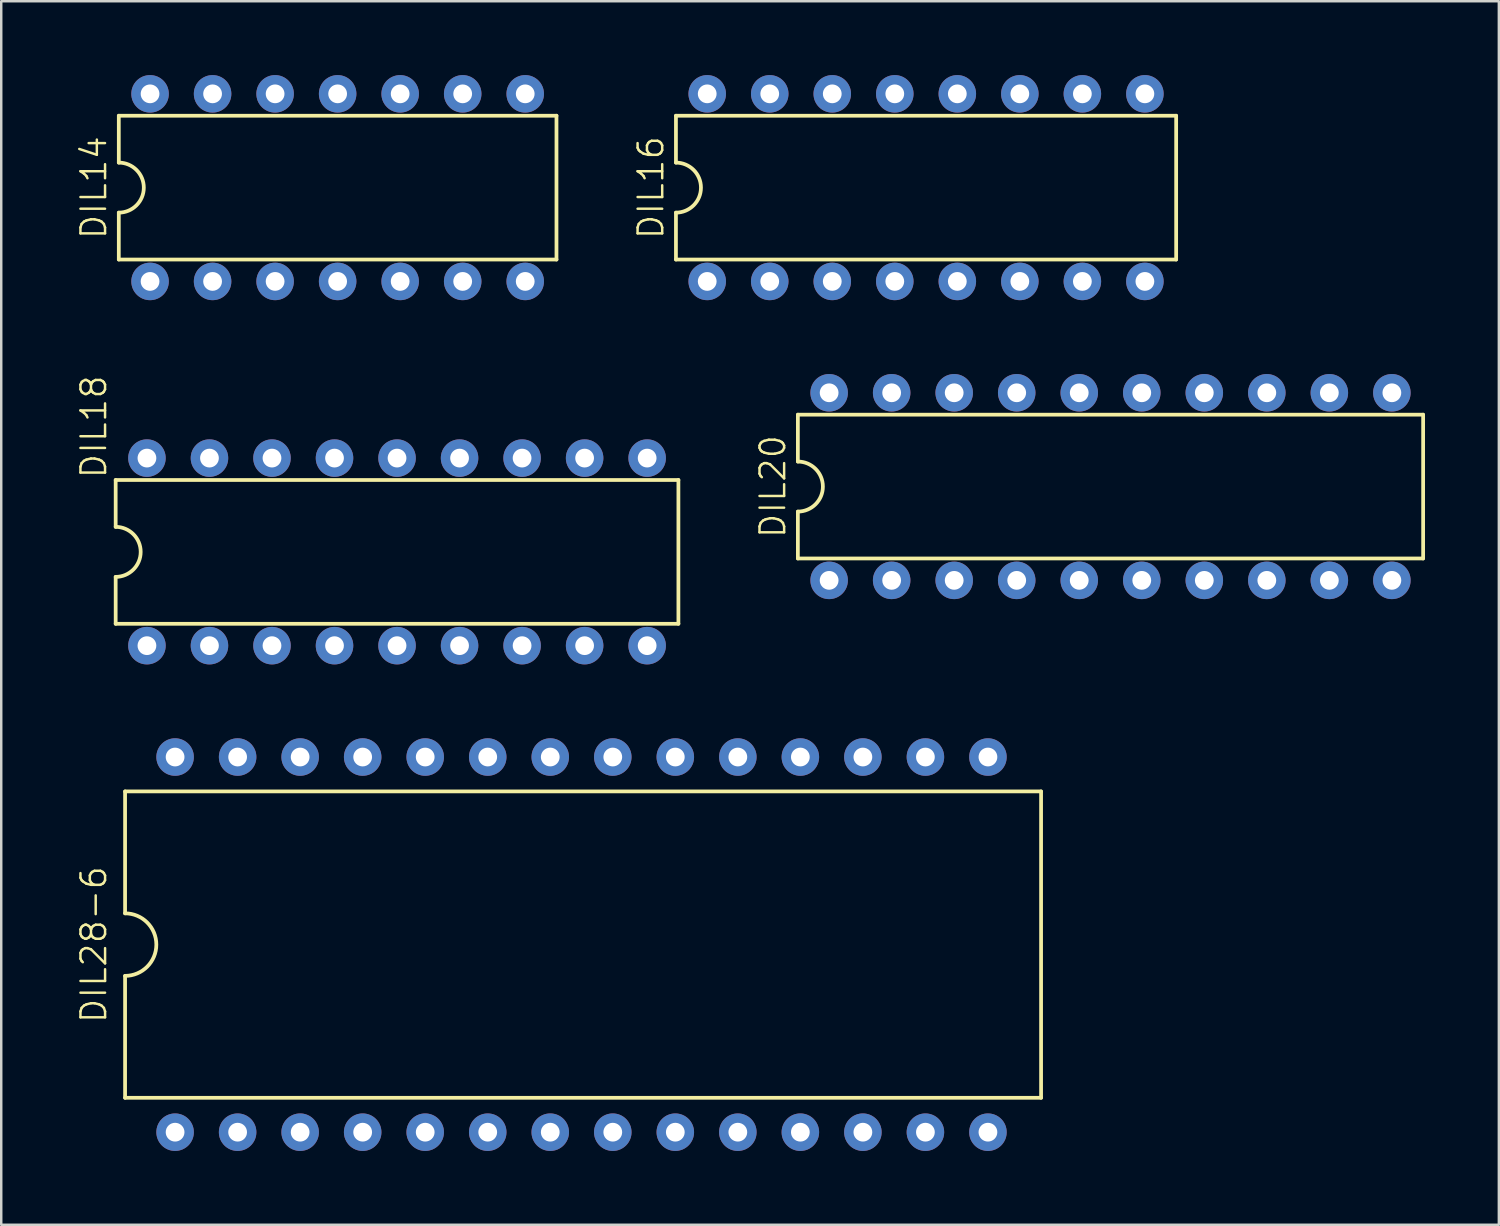
<source format=kicad_pcb>
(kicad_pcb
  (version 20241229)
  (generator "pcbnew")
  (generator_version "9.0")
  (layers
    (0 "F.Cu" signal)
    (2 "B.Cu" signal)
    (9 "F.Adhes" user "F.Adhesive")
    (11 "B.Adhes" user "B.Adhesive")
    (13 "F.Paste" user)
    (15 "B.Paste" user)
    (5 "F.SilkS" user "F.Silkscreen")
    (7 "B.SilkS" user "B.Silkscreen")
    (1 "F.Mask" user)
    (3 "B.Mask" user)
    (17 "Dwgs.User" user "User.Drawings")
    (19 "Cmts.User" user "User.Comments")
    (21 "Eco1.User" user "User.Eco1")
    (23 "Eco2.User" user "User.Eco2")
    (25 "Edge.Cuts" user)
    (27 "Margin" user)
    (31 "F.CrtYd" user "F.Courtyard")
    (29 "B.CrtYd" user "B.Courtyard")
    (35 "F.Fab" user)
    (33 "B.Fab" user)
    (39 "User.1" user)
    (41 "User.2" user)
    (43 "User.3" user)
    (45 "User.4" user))
  (footprint "DIL14"
    (layer "F.Cu")
    (at 10.666 4.572)
    (property "Reference" "DIL14" (at -9.906 0 90) (layer "F.SilkS") (effects (font (size 1 1) (thickness 0.1))))
    (attr exclude_from_pos_files exclude_from_bom)
    (fp_line (start -8.89 -2.921) (end -8.89 -1.016) (stroke (width 0.152) (type solid)) (layer "F.SilkS"))
    (fp_line (start -8.89 2.921) (end -8.89 1.016) (stroke (width 0.152) (type solid)) (layer "F.SilkS"))
    (fp_line (start -8.89 2.921) (end 8.89 2.921) (stroke (width 0.152) (type solid)) (layer "F.SilkS"))
    (fp_line (start 8.89 -2.921) (end -8.89 -2.921) (stroke (width 0.152) (type solid)) (layer "F.SilkS"))
    (fp_line (start 8.89 -2.921) (end 8.89 2.921) (stroke (width 0.152) (type solid)) (layer "F.SilkS"))
    (fp_arc (start -8.89 -1.016) (mid -7.874 0) (end -8.89 1.016) (stroke (width 0.1524) (type solid)) (layer "F.SilkS"))
    (pad "1" thru_hole circle (at -7.62 3.81) (size 1.524 1.524) (drill 0.762) (layers "*.Cu" "*.Paste" "*.Mask"))
    (pad "2" thru_hole circle (at -5.08 3.81) (size 1.524 1.524) (drill 0.762) (layers "*.Cu" "*.Paste" "*.Mask"))
    (pad "3" thru_hole circle (at -2.54 3.81) (size 1.524 1.524) (drill 0.762) (layers "*.Cu" "*.Paste" "*.Mask"))
    (pad "4" thru_hole circle (at 0 3.81) (size 1.524 1.524) (drill 0.762) (layers "*.Cu" "*.Paste" "*.Mask"))
    (pad "5" thru_hole circle (at 2.54 3.81) (size 1.524 1.524) (drill 0.762) (layers "*.Cu" "*.Paste" "*.Mask"))
    (pad "6" thru_hole circle (at 5.08 3.81) (size 1.524 1.524) (drill 0.762) (layers "*.Cu" "*.Paste" "*.Mask"))
    (pad "7" thru_hole circle (at 7.62 3.81) (size 1.524 1.524) (drill 0.762) (layers "*.Cu" "*.Paste" "*.Mask"))
    (pad "8" thru_hole circle (at 7.62 -3.81) (size 1.524 1.524) (drill 0.762) (layers "*.Cu" "*.Paste" "*.Mask"))
    (pad "9" thru_hole circle (at 5.08 -3.81) (size 1.524 1.524) (drill 0.762) (layers "*.Cu" "*.Paste" "*.Mask"))
    (pad "10" thru_hole circle (at 2.54 -3.81) (size 1.524 1.524) (drill 0.762) (layers "*.Cu" "*.Paste" "*.Mask"))
    (pad "11" thru_hole circle (at 0 -3.81) (size 1.524 1.524) (drill 0.762) (layers "*.Cu" "*.Paste" "*.Mask"))
    (pad "12" thru_hole circle (at -2.54 -3.81) (size 1.524 1.524) (drill 0.762) (layers "*.Cu" "*.Paste" "*.Mask"))
    (pad "13" thru_hole circle (at -5.08 -3.81) (size 1.524 1.524) (drill 0.762) (layers "*.Cu" "*.Paste" "*.Mask"))
    (pad "14" thru_hole circle (at -7.62 -3.81) (size 1.524 1.524) (drill 0.762) (layers "*.Cu" "*.Paste" "*.Mask")))
  (footprint "DIL16"
    (layer "F.Cu")
    (at 34.569 4.572)
    (property "Reference" "DIL16" (at -11.176 0 90) (layer "F.SilkS") (effects (font (size 1 1) (thickness 0.1))))
    (attr exclude_from_pos_files exclude_from_bom)
    (fp_line (start -10.16 -2.921) (end -10.16 -1.016) (stroke (width 0.152) (type solid)) (layer "F.SilkS"))
    (fp_line (start -10.16 2.921) (end -10.16 1.016) (stroke (width 0.152) (type solid)) (layer "F.SilkS"))
    (fp_line (start -10.16 2.921) (end 10.16 2.921) (stroke (width 0.152) (type solid)) (layer "F.SilkS"))
    (fp_line (start 10.16 -2.921) (end -10.16 -2.921) (stroke (width 0.152) (type solid)) (layer "F.SilkS"))
    (fp_line (start 10.16 -2.921) (end 10.16 2.921) (stroke (width 0.152) (type solid)) (layer "F.SilkS"))
    (fp_arc (start -10.16 -1.016) (mid -9.144 0) (end -10.16 1.016) (stroke (width 0.1524) (type solid)) (layer "F.SilkS"))
    (pad "1" thru_hole circle (at -8.89 3.81) (size 1.524 1.524) (drill 0.762) (layers "*.Cu" "*.Paste" "*.Mask"))
    (pad "2" thru_hole circle (at -6.35 3.81) (size 1.524 1.524) (drill 0.762) (layers "*.Cu" "*.Paste" "*.Mask"))
    (pad "3" thru_hole circle (at -3.81 3.81) (size 1.524 1.524) (drill 0.762) (layers "*.Cu" "*.Paste" "*.Mask"))
    (pad "4" thru_hole circle (at -1.27 3.81) (size 1.524 1.524) (drill 0.762) (layers "*.Cu" "*.Paste" "*.Mask"))
    (pad "5" thru_hole circle (at 1.27 3.81) (size 1.524 1.524) (drill 0.762) (layers "*.Cu" "*.Paste" "*.Mask"))
    (pad "6" thru_hole circle (at 3.81 3.81) (size 1.524 1.524) (drill 0.762) (layers "*.Cu" "*.Paste" "*.Mask"))
    (pad "7" thru_hole circle (at 6.35 3.81) (size 1.524 1.524) (drill 0.762) (layers "*.Cu" "*.Paste" "*.Mask"))
    (pad "8" thru_hole circle (at 8.89 3.81) (size 1.524 1.524) (drill 0.762) (layers "*.Cu" "*.Paste" "*.Mask"))
    (pad "9" thru_hole circle (at 8.89 -3.81) (size 1.524 1.524) (drill 0.762) (layers "*.Cu" "*.Paste" "*.Mask"))
    (pad "10" thru_hole circle (at 6.35 -3.81) (size 1.524 1.524) (drill 0.762) (layers "*.Cu" "*.Paste" "*.Mask"))
    (pad "11" thru_hole circle (at 3.81 -3.81) (size 1.524 1.524) (drill 0.762) (layers "*.Cu" "*.Paste" "*.Mask"))
    (pad "12" thru_hole circle (at 1.27 -3.81) (size 1.524 1.524) (drill 0.762) (layers "*.Cu" "*.Paste" "*.Mask"))
    (pad "13" thru_hole circle (at -1.27 -3.81) (size 1.524 1.524) (drill 0.762) (layers "*.Cu" "*.Paste" "*.Mask"))
    (pad "14" thru_hole circle (at -3.81 -3.81) (size 1.524 1.524) (drill 0.762) (layers "*.Cu" "*.Paste" "*.Mask"))
    (pad "15" thru_hole circle (at -6.35 -3.81) (size 1.524 1.524) (drill 0.762) (layers "*.Cu" "*.Paste" "*.Mask"))
    (pad "16" thru_hole circle (at -8.89 -3.81) (size 1.524 1.524) (drill 0.762) (layers "*.Cu" "*.Paste" "*.Mask")))
  (footprint "DIL28-6"
    (layer "F.Cu")
    (at 20.573 35.323)
    (property "Reference" "DIL28-6" (at -19.812 0 90) (layer "F.SilkS") (effects (font (size 1 1) (thickness 0.1))))
    (attr exclude_from_pos_files exclude_from_bom)
    (fp_line (start -18.542 -6.223) (end -18.542 -1.27) (stroke (width 0.152) (type solid)) (layer "F.SilkS"))
    (fp_line (start -18.542 -6.223) (end 18.669 -6.223) (stroke (width 0.152) (type solid)) (layer "F.SilkS"))
    (fp_line (start -18.542 1.27) (end -18.542 6.223) (stroke (width 0.152) (type solid)) (layer "F.SilkS"))
    (fp_line (start 18.669 6.223) (end -18.542 6.223) (stroke (width 0.152) (type solid)) (layer "F.SilkS"))
    (fp_line (start 18.669 6.223) (end 18.669 -6.223) (stroke (width 0.152) (type solid)) (layer "F.SilkS"))
    (fp_arc (start -18.542 -1.27) (mid -17.272 0) (end -18.542 1.27) (stroke (width 0.1524) (type solid)) (layer "F.SilkS"))
    (pad "1" thru_hole circle (at -16.51 7.62) (size 1.524 1.524) (drill 0.762) (layers "*.Cu" "*.Paste" "*.Mask"))
    (pad "2" thru_hole circle (at -13.97 7.62) (size 1.524 1.524) (drill 0.762) (layers "*.Cu" "*.Paste" "*.Mask"))
    (pad "3" thru_hole circle (at -11.43 7.62) (size 1.524 1.524) (drill 0.762) (layers "*.Cu" "*.Paste" "*.Mask"))
    (pad "4" thru_hole circle (at -8.89 7.62) (size 1.524 1.524) (drill 0.762) (layers "*.Cu" "*.Paste" "*.Mask"))
    (pad "5" thru_hole circle (at -6.35 7.62) (size 1.524 1.524) (drill 0.762) (layers "*.Cu" "*.Paste" "*.Mask"))
    (pad "6" thru_hole circle (at -3.81 7.62) (size 1.524 1.524) (drill 0.762) (layers "*.Cu" "*.Paste" "*.Mask"))
    (pad "7" thru_hole circle (at -1.27 7.62) (size 1.524 1.524) (drill 0.762) (layers "*.Cu" "*.Paste" "*.Mask"))
    (pad "8" thru_hole circle (at 1.27 7.62) (size 1.524 1.524) (drill 0.762) (layers "*.Cu" "*.Paste" "*.Mask"))
    (pad "9" thru_hole circle (at 3.81 7.62) (size 1.524 1.524) (drill 0.762) (layers "*.Cu" "*.Paste" "*.Mask"))
    (pad "10" thru_hole circle (at 6.35 7.62) (size 1.524 1.524) (drill 0.762) (layers "*.Cu" "*.Paste" "*.Mask"))
    (pad "11" thru_hole circle (at 8.89 7.62) (size 1.524 1.524) (drill 0.762) (layers "*.Cu" "*.Paste" "*.Mask"))
    (pad "12" thru_hole circle (at 11.43 7.62) (size 1.524 1.524) (drill 0.762) (layers "*.Cu" "*.Paste" "*.Mask"))
    (pad "13" thru_hole circle (at 13.97 7.62) (size 1.524 1.524) (drill 0.762) (layers "*.Cu" "*.Paste" "*.Mask"))
    (pad "14" thru_hole circle (at 16.51 7.62) (size 1.524 1.524) (drill 0.762) (layers "*.Cu" "*.Paste" "*.Mask"))
    (pad "15" thru_hole circle (at 16.51 -7.62) (size 1.524 1.524) (drill 0.762) (layers "*.Cu" "*.Paste" "*.Mask"))
    (pad "16" thru_hole circle (at 13.97 -7.62) (size 1.524 1.524) (drill 0.762) (layers "*.Cu" "*.Paste" "*.Mask"))
    (pad "17" thru_hole circle (at 11.43 -7.62) (size 1.524 1.524) (drill 0.762) (layers "*.Cu" "*.Paste" "*.Mask"))
    (pad "18" thru_hole circle (at 8.89 -7.62) (size 1.524 1.524) (drill 0.762) (layers "*.Cu" "*.Paste" "*.Mask"))
    (pad "19" thru_hole circle (at 6.35 -7.62) (size 1.524 1.524) (drill 0.762) (layers "*.Cu" "*.Paste" "*.Mask"))
    (pad "20" thru_hole circle (at 3.81 -7.62) (size 1.524 1.524) (drill 0.762) (layers "*.Cu" "*.Paste" "*.Mask"))
    (pad "21" thru_hole circle (at 1.27 -7.62) (size 1.524 1.524) (drill 0.762) (layers "*.Cu" "*.Paste" "*.Mask"))
    (pad "22" thru_hole circle (at -1.27 -7.62) (size 1.524 1.524) (drill 0.762) (layers "*.Cu" "*.Paste" "*.Mask"))
    (pad "23" thru_hole circle (at -3.81 -7.62) (size 1.524 1.524) (drill 0.762) (layers "*.Cu" "*.Paste" "*.Mask"))
    (pad "24" thru_hole circle (at -6.35 -7.62) (size 1.524 1.524) (drill 0.762) (layers "*.Cu" "*.Paste" "*.Mask"))
    (pad "25" thru_hole circle (at -8.89 -7.62) (size 1.524 1.524) (drill 0.762) (layers "*.Cu" "*.Paste" "*.Mask"))
    (pad "26" thru_hole circle (at -11.43 -7.62) (size 1.524 1.524) (drill 0.762) (layers "*.Cu" "*.Paste" "*.Mask"))
    (pad "27" thru_hole circle (at -13.97 -7.62) (size 1.524 1.524) (drill 0.762) (layers "*.Cu" "*.Paste" "*.Mask"))
    (pad "28" thru_hole circle (at -16.51 -7.62) (size 1.524 1.524) (drill 0.762) (layers "*.Cu" "*.Paste" "*.Mask")))
  (footprint "DIL18"
    (layer "F.Cu")
    (at 13.079 19.369)
    (property "Reference" "DIL18" (at -12.319 -5.08 90) (layer "F.SilkS") (effects (font (size 1 1) (thickness 0.1))))
    (attr exclude_from_pos_files exclude_from_bom)
    (fp_line (start -11.43 -2.921) (end -11.43 -1.016) (stroke (width 0.152) (type solid)) (layer "F.SilkS"))
    (fp_line (start -11.43 2.921) (end -11.43 1.016) (stroke (width 0.152) (type solid)) (layer "F.SilkS"))
    (fp_line (start -11.43 2.921) (end 11.43 2.921) (stroke (width 0.152) (type solid)) (layer "F.SilkS"))
    (fp_line (start 11.43 -2.921) (end -11.43 -2.921) (stroke (width 0.152) (type solid)) (layer "F.SilkS"))
    (fp_line (start 11.43 -2.921) (end 11.43 2.921) (stroke (width 0.152) (type solid)) (layer "F.SilkS"))
    (fp_arc (start -11.43 -1.016) (mid -10.414 0) (end -11.43 1.016) (stroke (width 0.1524) (type solid)) (layer "F.SilkS"))
    (pad "1" thru_hole circle (at -10.16 3.81) (size 1.524 1.524) (drill 0.762) (layers "*.Cu" "*.Paste" "*.Mask"))
    (pad "2" thru_hole circle (at -7.62 3.81) (size 1.524 1.524) (drill 0.762) (layers "*.Cu" "*.Paste" "*.Mask"))
    (pad "3" thru_hole circle (at -5.08 3.81) (size 1.524 1.524) (drill 0.762) (layers "*.Cu" "*.Paste" "*.Mask"))
    (pad "4" thru_hole circle (at -2.54 3.81) (size 1.524 1.524) (drill 0.762) (layers "*.Cu" "*.Paste" "*.Mask"))
    (pad "5" thru_hole circle (at 0 3.81) (size 1.524 1.524) (drill 0.762) (layers "*.Cu" "*.Paste" "*.Mask"))
    (pad "6" thru_hole circle (at 2.54 3.81) (size 1.524 1.524) (drill 0.762) (layers "*.Cu" "*.Paste" "*.Mask"))
    (pad "7" thru_hole circle (at 5.08 3.81) (size 1.524 1.524) (drill 0.762) (layers "*.Cu" "*.Paste" "*.Mask"))
    (pad "8" thru_hole circle (at 7.62 3.81) (size 1.524 1.524) (drill 0.762) (layers "*.Cu" "*.Paste" "*.Mask"))
    (pad "9" thru_hole circle (at 10.16 3.81) (size 1.524 1.524) (drill 0.762) (layers "*.Cu" "*.Paste" "*.Mask"))
    (pad "10" thru_hole circle (at 10.16 -3.81) (size 1.524 1.524) (drill 0.762) (layers "*.Cu" "*.Paste" "*.Mask"))
    (pad "11" thru_hole circle (at 7.62 -3.81) (size 1.524 1.524) (drill 0.762) (layers "*.Cu" "*.Paste" "*.Mask"))
    (pad "12" thru_hole circle (at 5.08 -3.81) (size 1.524 1.524) (drill 0.762) (layers "*.Cu" "*.Paste" "*.Mask"))
    (pad "13" thru_hole circle (at 2.54 -3.81) (size 1.524 1.524) (drill 0.762) (layers "*.Cu" "*.Paste" "*.Mask"))
    (pad "14" thru_hole circle (at 0 -3.81) (size 1.524 1.524) (drill 0.762) (layers "*.Cu" "*.Paste" "*.Mask"))
    (pad "15" thru_hole circle (at -2.54 -3.81) (size 1.524 1.524) (drill 0.762) (layers "*.Cu" "*.Paste" "*.Mask"))
    (pad "16" thru_hole circle (at -5.08 -3.81) (size 1.524 1.524) (drill 0.762) (layers "*.Cu" "*.Paste" "*.Mask"))
    (pad "17" thru_hole circle (at -7.62 -3.81) (size 1.524 1.524) (drill 0.762) (layers "*.Cu" "*.Paste" "*.Mask"))
    (pad "18" thru_hole circle (at -10.16 -3.81) (size 1.524 1.524) (drill 0.762) (layers "*.Cu" "*.Paste" "*.Mask")))
  (footprint "DIL20"
    (layer "F.Cu")
    (at 42.062 16.716)
    (property "Reference" "DIL20" (at -13.716 0 90) (layer "F.SilkS") (effects (font (size 1 1) (thickness 0.1))))
    (attr exclude_from_pos_files exclude_from_bom)
    (fp_line (start -12.7 -2.921) (end -12.7 -1.016) (stroke (width 0.152) (type solid)) (layer "F.SilkS"))
    (fp_line (start -12.7 2.921) (end -12.7 1.016) (stroke (width 0.152) (type solid)) (layer "F.SilkS"))
    (fp_line (start -12.7 2.921) (end 12.7 2.921) (stroke (width 0.152) (type solid)) (layer "F.SilkS"))
    (fp_line (start 12.7 -2.921) (end -12.7 -2.921) (stroke (width 0.152) (type solid)) (layer "F.SilkS"))
    (fp_line (start 12.7 -2.921) (end 12.7 2.921) (stroke (width 0.152) (type solid)) (layer "F.SilkS"))
    (fp_arc (start -12.7 -1.016) (mid -11.684 0) (end -12.7 1.016) (stroke (width 0.1524) (type solid)) (layer "F.SilkS"))
    (pad "1" thru_hole circle (at -11.43 3.81) (size 1.524 1.524) (drill 0.762) (layers "*.Cu" "*.Paste" "*.Mask"))
    (pad "2" thru_hole circle (at -8.89 3.81) (size 1.524 1.524) (drill 0.762) (layers "*.Cu" "*.Paste" "*.Mask"))
    (pad "3" thru_hole circle (at -6.35 3.81) (size 1.524 1.524) (drill 0.762) (layers "*.Cu" "*.Paste" "*.Mask"))
    (pad "4" thru_hole circle (at -3.81 3.81) (size 1.524 1.524) (drill 0.762) (layers "*.Cu" "*.Paste" "*.Mask"))
    (pad "5" thru_hole circle (at -1.27 3.81) (size 1.524 1.524) (drill 0.762) (layers "*.Cu" "*.Paste" "*.Mask"))
    (pad "6" thru_hole circle (at 1.27 3.81) (size 1.524 1.524) (drill 0.762) (layers "*.Cu" "*.Paste" "*.Mask"))
    (pad "7" thru_hole circle (at 3.81 3.81) (size 1.524 1.524) (drill 0.762) (layers "*.Cu" "*.Paste" "*.Mask"))
    (pad "8" thru_hole circle (at 6.35 3.81) (size 1.524 1.524) (drill 0.762) (layers "*.Cu" "*.Paste" "*.Mask"))
    (pad "9" thru_hole circle (at 8.89 3.81) (size 1.524 1.524) (drill 0.762) (layers "*.Cu" "*.Paste" "*.Mask"))
    (pad "10" thru_hole circle (at 11.43 3.81) (size 1.524 1.524) (drill 0.762) (layers "*.Cu" "*.Paste" "*.Mask"))
    (pad "11" thru_hole circle (at 11.43 -3.81) (size 1.524 1.524) (drill 0.762) (layers "*.Cu" "*.Paste" "*.Mask"))
    (pad "12" thru_hole circle (at 8.89 -3.81) (size 1.524 1.524) (drill 0.762) (layers "*.Cu" "*.Paste" "*.Mask"))
    (pad "13" thru_hole circle (at 6.35 -3.81) (size 1.524 1.524) (drill 0.762) (layers "*.Cu" "*.Paste" "*.Mask"))
    (pad "14" thru_hole circle (at 3.81 -3.81) (size 1.524 1.524) (drill 0.762) (layers "*.Cu" "*.Paste" "*.Mask"))
    (pad "15" thru_hole circle (at 1.27 -3.81) (size 1.524 1.524) (drill 0.762) (layers "*.Cu" "*.Paste" "*.Mask"))
    (pad "16" thru_hole circle (at -1.27 -3.81) (size 1.524 1.524) (drill 0.762) (layers "*.Cu" "*.Paste" "*.Mask"))
    (pad "17" thru_hole circle (at -3.81 -3.81) (size 1.524 1.524) (drill 0.762) (layers "*.Cu" "*.Paste" "*.Mask"))
    (pad "18" thru_hole circle (at -6.35 -3.81) (size 1.524 1.524) (drill 0.762) (layers "*.Cu" "*.Paste" "*.Mask"))
    (pad "19" thru_hole circle (at -8.89 -3.81) (size 1.524 1.524) (drill 0.762) (layers "*.Cu" "*.Paste" "*.Mask"))
    (pad "20" thru_hole circle (at -11.43 -3.81) (size 1.524 1.524) (drill 0.762) (layers "*.Cu" "*.Paste" "*.Mask")))
  (gr_rect
    (start -3 -3)
    (end 57.838 46.705)
    (stroke (width 0.1) (type default))
    (fill no)
    (layer "Edge.Cuts")))
</source>
